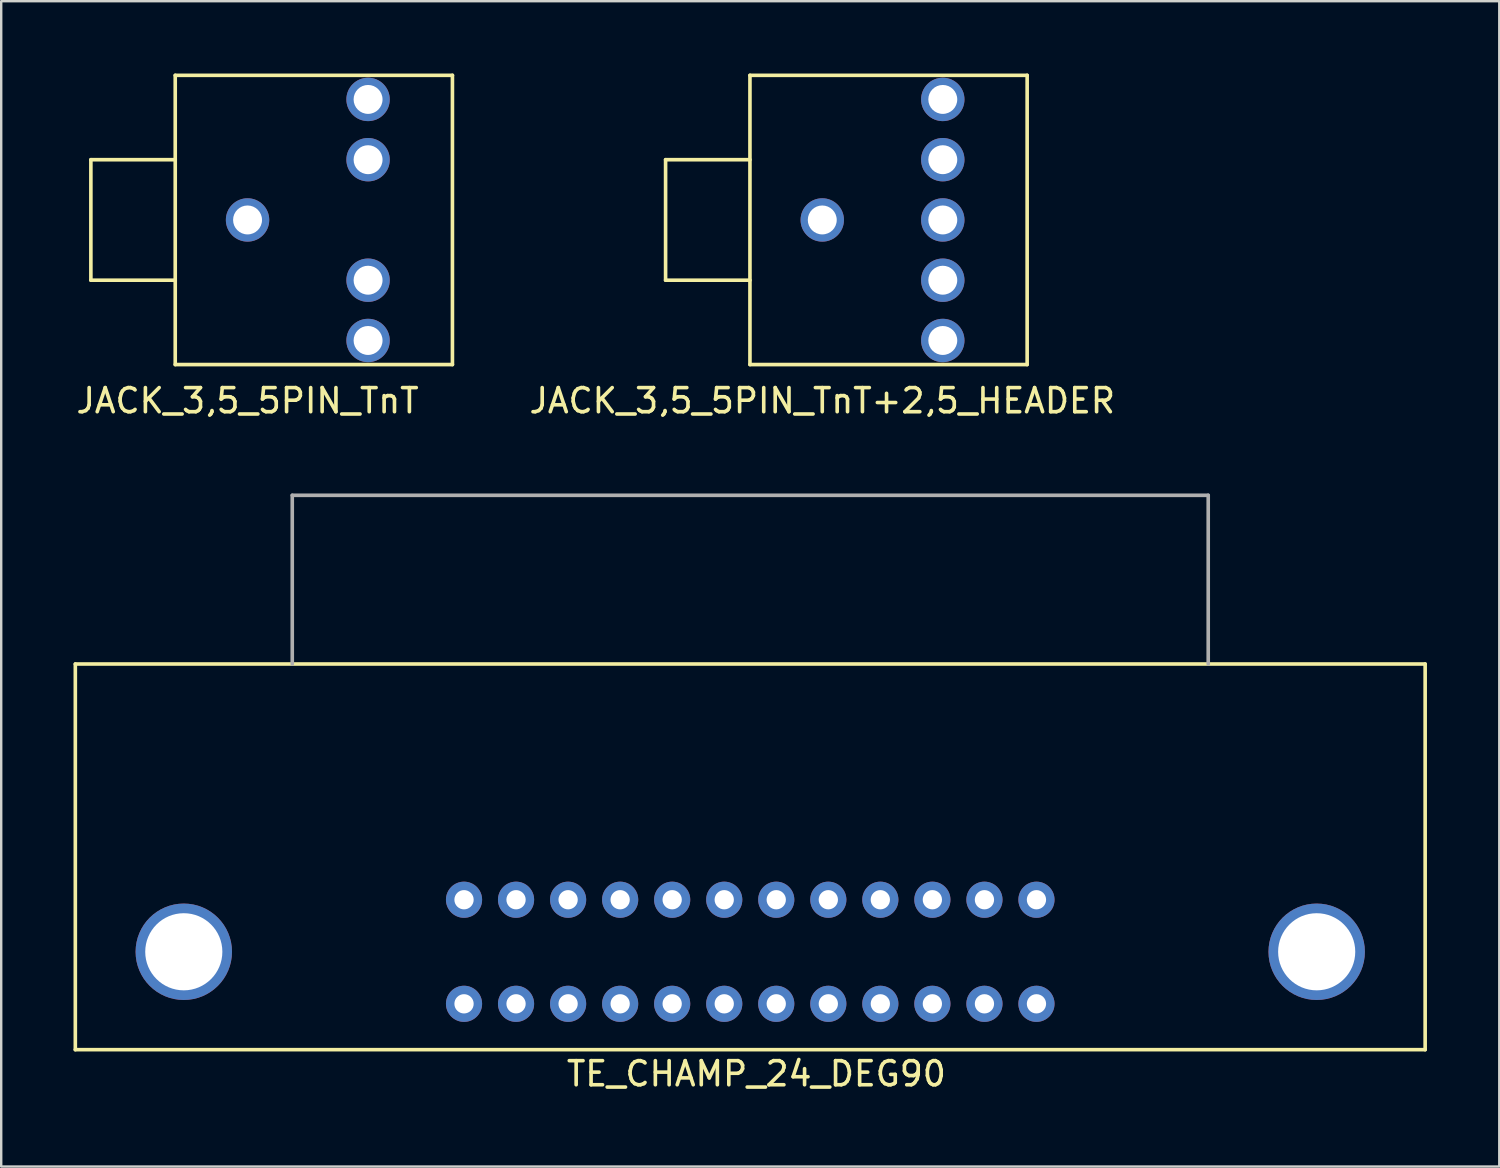
<source format=kicad_pcb>
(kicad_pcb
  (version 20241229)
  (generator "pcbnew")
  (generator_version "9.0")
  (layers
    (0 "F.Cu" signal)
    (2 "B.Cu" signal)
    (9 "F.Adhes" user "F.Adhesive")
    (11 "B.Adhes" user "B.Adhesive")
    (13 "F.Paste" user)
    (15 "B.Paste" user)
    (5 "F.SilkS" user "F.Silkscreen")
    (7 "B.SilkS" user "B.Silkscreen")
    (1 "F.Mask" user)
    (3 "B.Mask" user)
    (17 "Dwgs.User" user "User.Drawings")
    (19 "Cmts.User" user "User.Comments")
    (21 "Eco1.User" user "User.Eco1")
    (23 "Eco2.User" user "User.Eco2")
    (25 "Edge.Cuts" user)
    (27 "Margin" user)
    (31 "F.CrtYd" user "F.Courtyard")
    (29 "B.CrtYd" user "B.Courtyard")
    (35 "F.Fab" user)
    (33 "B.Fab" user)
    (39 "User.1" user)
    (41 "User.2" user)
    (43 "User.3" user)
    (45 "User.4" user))
  (footprint "JACK_3,5_5PIN_TnT"
    (layer "F.Cu")
    (at 7.22 6.075)
    (property "Reference" "JACK_3,5_5PIN_TnT" (at 0 7.5 0) (layer "F.SilkS") (effects (font (size 1 1) (thickness 0.15))))
    (attr through_hole)
    (fp_line (start -6.5 -2.5) (end -6.5 2.5) (stroke (width 0.15) (type solid)) (layer "F.SilkS"))
    (fp_line (start -6.5 2.5) (end -3 2.5) (stroke (width 0.15) (type solid)) (layer "F.SilkS"))
    (fp_line (start -3 -6) (end 8.5 -6) (stroke (width 0.15) (type solid)) (layer "F.SilkS"))
    (fp_line (start -3 -2.5) (end -6.5 -2.5) (stroke (width 0.15) (type solid)) (layer "F.SilkS"))
    (fp_line (start -3 6) (end -3 -6) (stroke (width 0.15) (type solid)) (layer "F.SilkS"))
    (fp_line (start 8.5 -6) (end 8.5 6) (stroke (width 0.15) (type solid)) (layer "F.SilkS"))
    (fp_line (start 8.5 6) (end -3 6) (stroke (width 0.15) (type solid)) (layer "F.SilkS"))
    (pad "1" thru_hole circle (at 0 0) (size 1.8 1.8) (drill 1.2) (layers "*.Cu" "*.Mask"))
    (pad "2" thru_hole circle (at 5 5) (size 1.8 1.8) (drill 1.2) (layers "*.Cu" "*.Mask"))
    (pad "3" thru_hole circle (at 5 -5) (size 1.8 1.8) (drill 1.2) (layers "*.Cu" "*.Mask"))
    (pad "4" thru_hole circle (at 5 2.5) (size 1.8 1.8) (drill 1.2) (layers "*.Cu" "*.Mask"))
    (pad "5" thru_hole circle (at 5 -2.5) (size 1.8 1.8) (drill 1.2) (layers "*.Cu" "*.Mask")))
  (footprint "JACK_3,5_5PIN_TnT+2,5_HEADER"
    (layer "F.Cu")
    (at 31.063 6.075)
    (property "Reference" "JACK_3,5_5PIN_TnT+2,5_HEADER" (at 0 7.5 0) (layer "F.SilkS") (effects (font (size 1 1) (thickness 0.15))))
    (attr through_hole)
    (fp_line (start -6.5 -2.5) (end -6.5 2.5) (stroke (width 0.15) (type solid)) (layer "F.SilkS"))
    (fp_line (start -6.5 2.5) (end -3 2.5) (stroke (width 0.15) (type solid)) (layer "F.SilkS"))
    (fp_line (start -3 -6) (end 8.5 -6) (stroke (width 0.15) (type solid)) (layer "F.SilkS"))
    (fp_line (start -3 -2.5) (end -6.5 -2.5) (stroke (width 0.15) (type solid)) (layer "F.SilkS"))
    (fp_line (start -3 6) (end -3 -6) (stroke (width 0.15) (type solid)) (layer "F.SilkS"))
    (fp_line (start 8.5 -6) (end 8.5 6) (stroke (width 0.15) (type solid)) (layer "F.SilkS"))
    (fp_line (start 8.5 6) (end -3 6) (stroke (width 0.15) (type solid)) (layer "F.SilkS"))
    (pad "1" thru_hole circle (at 0 0) (size 1.8 1.8) (drill 1.2) (layers "*.Cu" "*.Mask"))
    (pad "1" thru_hole circle (at 5 0) (size 1.8 1.8) (drill 1.2) (layers "*.Cu" "*.Mask"))
    (pad "2" thru_hole circle (at 5 5) (size 1.8 1.8) (drill 1.2) (layers "*.Cu" "*.Mask"))
    (pad "3" thru_hole circle (at 5 -5) (size 1.8 1.8) (drill 1.2) (layers "*.Cu" "*.Mask"))
    (pad "4" thru_hole circle (at 5 2.5) (size 1.8 1.8) (drill 1.2) (layers "*.Cu" "*.Mask"))
    (pad "5" thru_hole circle (at 5 -2.5) (size 1.8 1.8) (drill 1.2) (layers "*.Cu" "*.Mask")))
  (footprint "TE_CHAMP_24_DEG90"
    (layer "F.Cu")
    (at 28.075 24.498)
    (property "Reference" "TE_CHAMP_24_DEG90" (at 0.254 17 0) (layer "F.SilkS") (effects (font (size 1 1) (thickness 0.15))))
    (attr through_hole)
    (fp_line (start -28 0) (end 28 0) (stroke (width 0.15) (type solid)) (layer "F.SilkS"))
    (fp_line (start -28 16) (end -28 0) (stroke (width 0.15) (type solid)) (layer "F.SilkS"))
    (fp_line (start 28 0) (end 28 16) (stroke (width 0.15) (type solid)) (layer "F.SilkS"))
    (fp_line (start 28 16) (end -28 16) (stroke (width 0.15) (type solid)) (layer "F.SilkS"))
    (fp_line (start -19 -7) (end 19 -7) (stroke (width 0.15) (type solid)) (layer "F.Fab"))
    (fp_line (start -19 0) (end -19 -7) (stroke (width 0.15) (type solid)) (layer "F.Fab"))
    (fp_line (start 19 -7) (end 19 0) (stroke (width 0.15) (type solid)) (layer "F.Fab"))
    (pad "" thru_hole circle (at -23.5 11.938) (size 4 4) (drill 3.2) (layers "*.Cu" "*.Mask"))
    (pad "" thru_hole circle (at 23.5 11.938) (size 4 4) (drill 3.2) (layers "*.Cu" "*.Mask"))
    (pad "1" thru_hole circle (at -11.874 14.097) (size 1.5 1.5) (drill 0.8) (layers "*.Cu" "*.Mask"))
    (pad "2" thru_hole circle (at -9.716 14.097) (size 1.5 1.5) (drill 0.8) (layers "*.Cu" "*.Mask"))
    (pad "3" thru_hole circle (at -7.556 14.097) (size 1.5 1.5) (drill 0.8) (layers "*.Cu" "*.Mask"))
    (pad "4" thru_hole circle (at -5.397 14.097) (size 1.5 1.5) (drill 0.8) (layers "*.Cu" "*.Mask"))
    (pad "5" thru_hole circle (at -3.239 14.097) (size 1.5 1.5) (drill 0.8) (layers "*.Cu" "*.Mask"))
    (pad "6" thru_hole circle (at -1.079 14.097) (size 1.5 1.5) (drill 0.8) (layers "*.Cu" "*.Mask"))
    (pad "7" thru_hole circle (at 1.079 14.097) (size 1.5 1.5) (drill 0.8) (layers "*.Cu" "*.Mask"))
    (pad "8" thru_hole circle (at 3.239 14.097) (size 1.5 1.5) (drill 0.8) (layers "*.Cu" "*.Mask"))
    (pad "9" thru_hole circle (at 5.397 14.097) (size 1.5 1.5) (drill 0.8) (layers "*.Cu" "*.Mask"))
    (pad "10" thru_hole circle (at 7.556 14.097) (size 1.5 1.5) (drill 0.8) (layers "*.Cu" "*.Mask"))
    (pad "11" thru_hole circle (at 9.716 14.097) (size 1.5 1.5) (drill 0.8) (layers "*.Cu" "*.Mask"))
    (pad "12" thru_hole circle (at 11.874 14.097) (size 1.5 1.5) (drill 0.8) (layers "*.Cu" "*.Mask"))
    (pad "13" thru_hole circle (at -11.874 9.779) (size 1.5 1.5) (drill 0.8) (layers "*.Cu" "*.Mask"))
    (pad "14" thru_hole circle (at -9.716 9.779) (size 1.5 1.5) (drill 0.8) (layers "*.Cu" "*.Mask"))
    (pad "15" thru_hole circle (at -7.556 9.779) (size 1.5 1.5) (drill 0.8) (layers "*.Cu" "*.Mask"))
    (pad "16" thru_hole circle (at -5.397 9.779) (size 1.5 1.5) (drill 0.8) (layers "*.Cu" "*.Mask"))
    (pad "17" thru_hole circle (at -3.239 9.779) (size 1.5 1.5) (drill 0.8) (layers "*.Cu" "*.Mask"))
    (pad "18" thru_hole circle (at -1.079 9.779) (size 1.5 1.5) (drill 0.8) (layers "*.Cu" "*.Mask"))
    (pad "19" thru_hole circle (at 1.079 9.779) (size 1.5 1.5) (drill 0.8) (layers "*.Cu" "*.Mask"))
    (pad "20" thru_hole circle (at 3.239 9.779) (size 1.5 1.5) (drill 0.8) (layers "*.Cu" "*.Mask"))
    (pad "21" thru_hole circle (at 5.397 9.779) (size 1.5 1.5) (drill 0.8) (layers "*.Cu" "*.Mask"))
    (pad "22" thru_hole circle (at 7.556 9.779) (size 1.5 1.5) (drill 0.8) (layers "*.Cu" "*.Mask"))
    (pad "23" thru_hole circle (at 9.716 9.779) (size 1.5 1.5) (drill 0.8) (layers "*.Cu" "*.Mask"))
    (pad "24" thru_hole circle (at 11.874 9.779) (size 1.5 1.5) (drill 0.8) (layers "*.Cu" "*.Mask")))
  (gr_rect
    (start -3 -3)
    (end 59.15 45.346)
    (stroke (width 0.1) (type default))
    (fill no)
    (layer "Edge.Cuts")))
</source>
